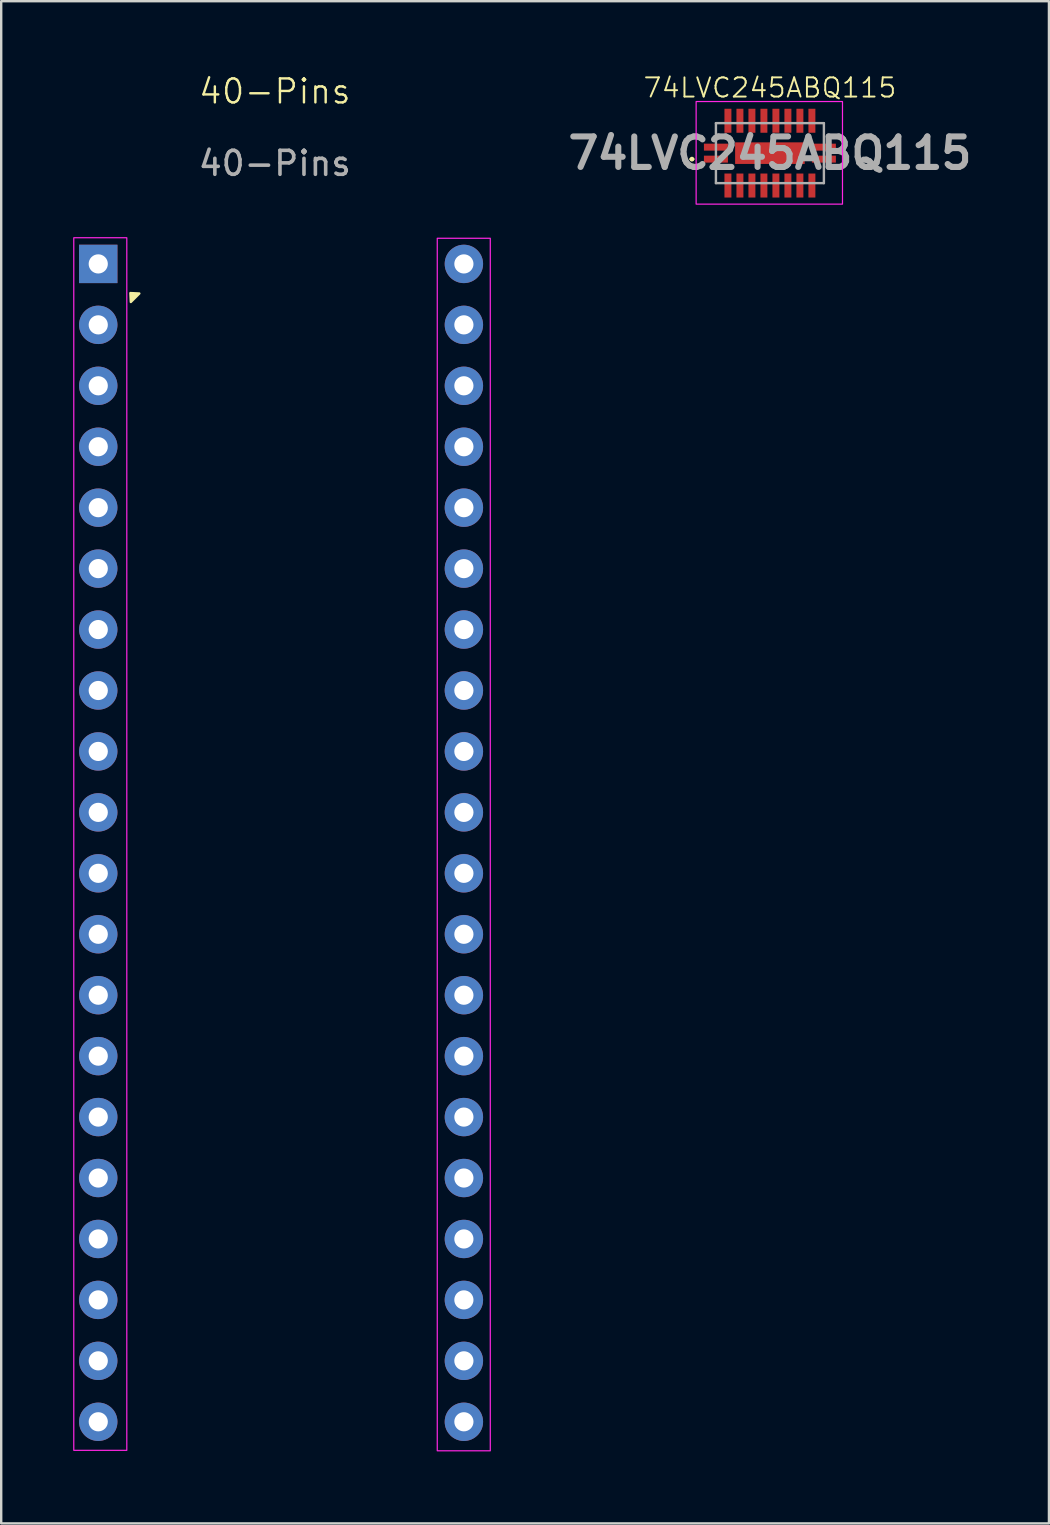
<source format=kicad_pcb>
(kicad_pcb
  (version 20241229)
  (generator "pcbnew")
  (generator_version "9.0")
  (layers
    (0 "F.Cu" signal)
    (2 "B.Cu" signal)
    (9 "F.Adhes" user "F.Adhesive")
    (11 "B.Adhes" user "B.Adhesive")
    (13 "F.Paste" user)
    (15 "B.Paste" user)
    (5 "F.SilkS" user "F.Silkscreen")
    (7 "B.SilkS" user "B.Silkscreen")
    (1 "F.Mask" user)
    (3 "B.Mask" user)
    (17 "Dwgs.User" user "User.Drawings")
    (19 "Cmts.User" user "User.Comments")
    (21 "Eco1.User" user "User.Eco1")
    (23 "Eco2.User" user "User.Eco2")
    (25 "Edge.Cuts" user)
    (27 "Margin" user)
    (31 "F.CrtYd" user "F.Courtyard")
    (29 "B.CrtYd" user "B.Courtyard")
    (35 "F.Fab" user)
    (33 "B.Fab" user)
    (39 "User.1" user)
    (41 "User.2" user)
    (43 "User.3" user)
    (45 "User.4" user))
  (footprint "40-Pins"
    (layer "F.Cu")
    (at 8.405 1.26)
    (property "Reference" "40-Pins" (at 0 -0.5 0) (unlocked yes) (layer "F.SilkS") (effects (font (size 1 1) (thickness 0.1))))
    (attr smd)
    (fp_poly (pts (xy -6.02 7.905) (xy -6.002 8.277) (xy -5.648 7.923)) (stroke (width 0.1) (type solid)) (fill yes) (layer "F.SilkS"))
    (fp_rect (start -8.38 5.6) (end -6.17 56.14) (stroke (width 0.05) (type default)) (fill no) (layer "F.CrtYd"))
    (fp_rect (start 6.77 5.62) (end 8.98 56.16) (stroke (width 0.05) (type default)) (fill no) (layer "F.CrtYd"))
    (fp_text user "${REFERENCE}" (at 0 2.5 0) (unlocked yes) (layer "F.Fab") (effects (font (size 1 1) (thickness 0.15))))
    (pad "1" thru_hole rect (at -7.36 6.69) (size 1.6 1.6) (drill 0.8) (layers "*.Cu" "*.Mask"))
    (pad "2" thru_hole oval (at -7.36 9.23) (size 1.6 1.6) (drill 0.8) (layers "*.Cu" "*.Mask"))
    (pad "3" thru_hole oval (at -7.36 11.77) (size 1.6 1.6) (drill 0.8) (layers "*.Cu" "*.Mask"))
    (pad "4" thru_hole oval (at -7.36 14.31) (size 1.6 1.6) (drill 0.8) (layers "*.Cu" "*.Mask"))
    (pad "5" thru_hole oval (at -7.36 16.85) (size 1.6 1.6) (drill 0.8) (layers "*.Cu" "*.Mask"))
    (pad "6" thru_hole oval (at -7.36 19.39) (size 1.6 1.6) (drill 0.8) (layers "*.Cu" "*.Mask"))
    (pad "7" thru_hole oval (at -7.36 21.93) (size 1.6 1.6) (drill 0.8) (layers "*.Cu" "*.Mask"))
    (pad "8" thru_hole oval (at -7.36 24.47) (size 1.6 1.6) (drill 0.8) (layers "*.Cu" "*.Mask"))
    (pad "9" thru_hole oval (at -7.36 27.01) (size 1.6 1.6) (drill 0.8) (layers "*.Cu" "*.Mask"))
    (pad "10" thru_hole oval (at -7.36 29.55) (size 1.6 1.6) (drill 0.8) (layers "*.Cu" "*.Mask"))
    (pad "11" thru_hole oval (at -7.36 32.09) (size 1.6 1.6) (drill 0.8) (layers "*.Cu" "*.Mask"))
    (pad "12" thru_hole oval (at -7.36 34.63) (size 1.6 1.6) (drill 0.8) (layers "*.Cu" "*.Mask"))
    (pad "13" thru_hole oval (at -7.36 37.17) (size 1.6 1.6) (drill 0.8) (layers "*.Cu" "*.Mask"))
    (pad "14" thru_hole oval (at -7.36 39.71) (size 1.6 1.6) (drill 0.8) (layers "*.Cu" "*.Mask"))
    (pad "15" thru_hole oval (at -7.36 42.25) (size 1.6 1.6) (drill 0.8) (layers "*.Cu" "*.Mask"))
    (pad "16" thru_hole oval (at -7.36 44.79) (size 1.6 1.6) (drill 0.8) (layers "*.Cu" "*.Mask"))
    (pad "17" thru_hole oval (at -7.36 47.33) (size 1.6 1.6) (drill 0.8) (layers "*.Cu" "*.Mask"))
    (pad "18" thru_hole oval (at -7.36 49.87) (size 1.6 1.6) (drill 0.8) (layers "*.Cu" "*.Mask"))
    (pad "19" thru_hole oval (at -7.36 52.41) (size 1.6 1.6) (drill 0.8) (layers "*.Cu" "*.Mask"))
    (pad "20" thru_hole oval (at -7.36 54.95) (size 1.6 1.6) (drill 0.8) (layers "*.Cu" "*.Mask"))
    (pad "21" thru_hole oval (at 7.88 54.95) (size 1.6 1.6) (drill 0.8) (layers "*.Cu" "*.Mask"))
    (pad "22" thru_hole oval (at 7.88 52.41) (size 1.6 1.6) (drill 0.8) (layers "*.Cu" "*.Mask"))
    (pad "23" thru_hole oval (at 7.88 49.87) (size 1.6 1.6) (drill 0.8) (layers "*.Cu" "*.Mask"))
    (pad "24" thru_hole oval (at 7.88 47.33) (size 1.6 1.6) (drill 0.8) (layers "*.Cu" "*.Mask"))
    (pad "25" thru_hole oval (at 7.88 44.79) (size 1.6 1.6) (drill 0.8) (layers "*.Cu" "*.Mask"))
    (pad "26" thru_hole oval (at 7.88 42.25) (size 1.6 1.6) (drill 0.8) (layers "*.Cu" "*.Mask"))
    (pad "27" thru_hole oval (at 7.88 39.71) (size 1.6 1.6) (drill 0.8) (layers "*.Cu" "*.Mask"))
    (pad "28" thru_hole oval (at 7.88 37.17) (size 1.6 1.6) (drill 0.8) (layers "*.Cu" "*.Mask"))
    (pad "29" thru_hole oval (at 7.88 34.63) (size 1.6 1.6) (drill 0.8) (layers "*.Cu" "*.Mask"))
    (pad "30" thru_hole oval (at 7.88 32.09) (size 1.6 1.6) (drill 0.8) (layers "*.Cu" "*.Mask"))
    (pad "31" thru_hole oval (at 7.88 29.55) (size 1.6 1.6) (drill 0.8) (layers "*.Cu" "*.Mask"))
    (pad "32" thru_hole oval (at 7.88 27.01) (size 1.6 1.6) (drill 0.8) (layers "*.Cu" "*.Mask"))
    (pad "33" thru_hole oval (at 7.88 24.47) (size 1.6 1.6) (drill 0.8) (layers "*.Cu" "*.Mask"))
    (pad "34" thru_hole oval (at 7.88 21.93) (size 1.6 1.6) (drill 0.8) (layers "*.Cu" "*.Mask"))
    (pad "35" thru_hole oval (at 7.88 19.39) (size 1.6 1.6) (drill 0.8) (layers "*.Cu" "*.Mask"))
    (pad "36" thru_hole oval (at 7.88 16.85) (size 1.6 1.6) (drill 0.8) (layers "*.Cu" "*.Mask"))
    (pad "37" thru_hole oval (at 7.88 14.31) (size 1.6 1.6) (drill 0.8) (layers "*.Cu" "*.Mask"))
    (pad "38" thru_hole oval (at 7.88 11.77) (size 1.6 1.6) (drill 0.8) (layers "*.Cu" "*.Mask"))
    (pad "39" thru_hole oval (at 7.88 9.23) (size 1.6 1.6) (drill 0.8) (layers "*.Cu" "*.Mask"))
    (pad "40" thru_hole oval (at 7.88 6.69) (size 1.6 1.6) (drill 0.8) (layers "*.Cu" "*.Mask")))
  (footprint "74LVC245ABQ115"
    (layer "F.Cu")
    (at 29.04 3.333)
    (property "Reference" "74LVC245ABQ115" (at 0 -2.725 0) (layer "F.SilkS") (effects (font (size 0.8 0.8) (thickness 0.08))))
    (attr smd)
    (fp_line (start -3.3 0.25) (end -3.3 0.25) (stroke (width 0.1) (type solid)) (layer "F.SilkS"))
    (fp_line (start -3.2 0.25) (end -3.2 0.25) (stroke (width 0.1) (type solid)) (layer "F.SilkS"))
    (fp_arc (start -3.3 0.25) (mid -3.25 0.2) (end -3.2 0.25) (stroke (width 0.1) (type solid)) (layer "F.SilkS"))
    (fp_arc (start -3.2 0.25) (mid -3.25 0.3) (end -3.3 0.25) (stroke (width 0.1) (type solid)) (layer "F.SilkS"))
    (fp_rect (start -3.075 -2.15) (end 3.025 2.125) (stroke (width 0.05) (type default)) (fill no) (layer "F.CrtYd"))
    (fp_line (start -2.25 -1.25) (end -2.25 1.25) (stroke (width 0.1) (type solid)) (layer "F.Fab"))
    (fp_line (start -2.25 1.25) (end 2.25 1.25) (stroke (width 0.1) (type solid)) (layer "F.Fab"))
    (fp_line (start 2.25 -1.25) (end -2.25 -1.25) (stroke (width 0.1) (type solid)) (layer "F.Fab"))
    (fp_line (start 2.25 1.25) (end 2.25 -1.25) (stroke (width 0.1) (type solid)) (layer "F.Fab"))
    (fp_text user "${REFERENCE}" (at 0 0 0) (layer "F.Fab") (effects (font (size 1.27 1.27) (thickness 0.254))))
    (pad "1" smd rect (at -2.25 0.25 90) (size 0.29 1) (layers "F.Cu" "F.Mask" "F.Paste"))
    (pad "2" smd rect (at -1.75 1.35) (size 0.29 1) (layers "F.Cu" "F.Mask" "F.Paste"))
    (pad "3" smd rect (at -1.25 1.35) (size 0.29 1) (layers "F.Cu" "F.Mask" "F.Paste"))
    (pad "4" smd rect (at -0.75 1.35) (size 0.29 1) (layers "F.Cu" "F.Mask" "F.Paste"))
    (pad "5" smd rect (at -0.25 1.35) (size 0.29 1) (layers "F.Cu" "F.Mask" "F.Paste"))
    (pad "6" smd rect (at 0.25 1.35) (size 0.29 1) (layers "F.Cu" "F.Mask" "F.Paste"))
    (pad "7" smd rect (at 0.75 1.35) (size 0.29 1) (layers "F.Cu" "F.Mask" "F.Paste"))
    (pad "8" smd rect (at 1.25 1.35) (size 0.29 1) (layers "F.Cu" "F.Mask" "F.Paste"))
    (pad "9" smd rect (at 1.75 1.35) (size 0.29 1) (layers "F.Cu" "F.Mask" "F.Paste"))
    (pad "10" smd rect (at 2.25 0.25 90) (size 0.29 1) (layers "F.Cu" "F.Mask" "F.Paste"))
    (pad "11" smd rect (at 2.25 -0.25 90) (size 0.29 1) (layers "F.Cu" "F.Mask" "F.Paste"))
    (pad "12" smd rect (at 1.75 -1.35) (size 0.29 1) (layers "F.Cu" "F.Mask" "F.Paste"))
    (pad "13" smd rect (at 1.25 -1.35) (size 0.29 1) (layers "F.Cu" "F.Mask" "F.Paste"))
    (pad "14" smd rect (at 0.75 -1.35) (size 0.29 1) (layers "F.Cu" "F.Mask" "F.Paste"))
    (pad "15" smd rect (at 0.25 -1.35) (size 0.29 1) (layers "F.Cu" "F.Mask" "F.Paste"))
    (pad "16" smd rect (at -0.25 -1.35) (size 0.29 1) (layers "F.Cu" "F.Mask" "F.Paste"))
    (pad "17" smd rect (at -0.75 -1.35) (size 0.29 1) (layers "F.Cu" "F.Mask" "F.Paste"))
    (pad "18" smd rect (at -1.25 -1.35) (size 0.29 1) (layers "F.Cu" "F.Mask" "F.Paste"))
    (pad "19" smd rect (at -1.75 -1.35) (size 0.29 1) (layers "F.Cu" "F.Mask" "F.Paste"))
    (pad "20" smd rect (at -2.25 -0.25 90) (size 0.29 1) (layers "F.Cu" "F.Mask" "F.Paste"))
    (pad "21" smd rect (at 0 0 90) (size 0.9 2.9) (layers "F.Cu" "F.Mask" "F.Paste")))
  (gr_rect
    (start -3 -3)
    (end 40.67 60.446)
    (stroke (width 0.1) (type default))
    (fill no)
    (layer "Edge.Cuts")))
</source>
